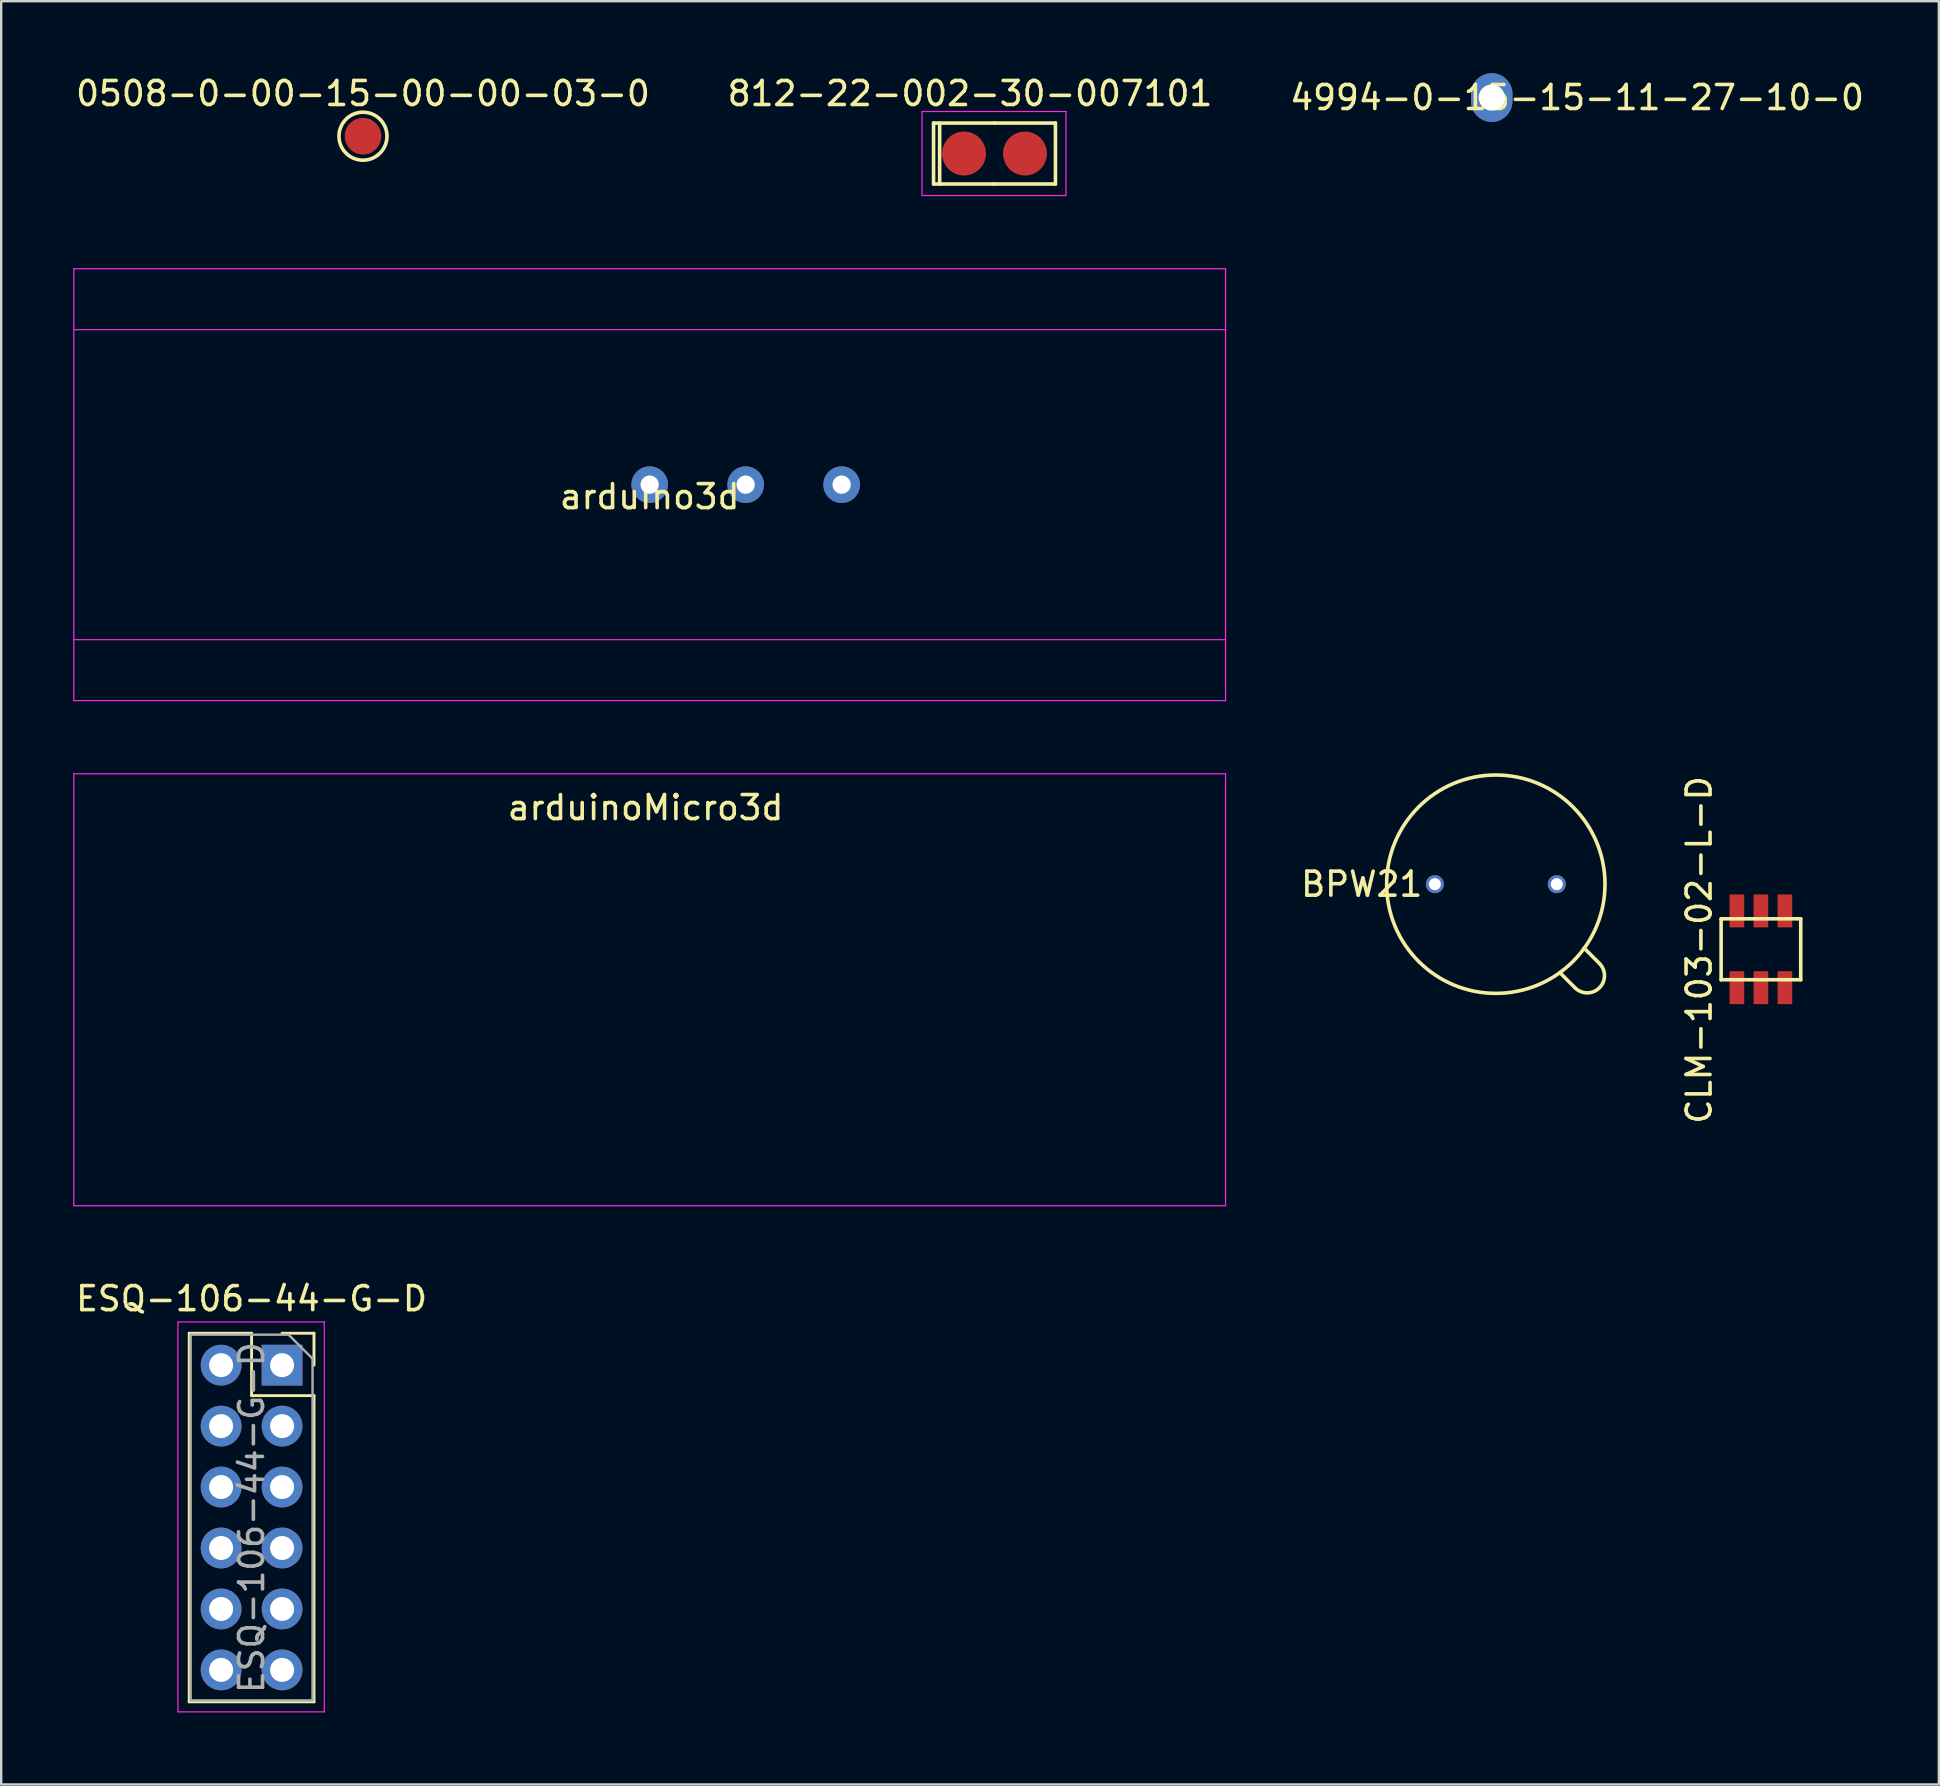
<source format=kicad_pcb>
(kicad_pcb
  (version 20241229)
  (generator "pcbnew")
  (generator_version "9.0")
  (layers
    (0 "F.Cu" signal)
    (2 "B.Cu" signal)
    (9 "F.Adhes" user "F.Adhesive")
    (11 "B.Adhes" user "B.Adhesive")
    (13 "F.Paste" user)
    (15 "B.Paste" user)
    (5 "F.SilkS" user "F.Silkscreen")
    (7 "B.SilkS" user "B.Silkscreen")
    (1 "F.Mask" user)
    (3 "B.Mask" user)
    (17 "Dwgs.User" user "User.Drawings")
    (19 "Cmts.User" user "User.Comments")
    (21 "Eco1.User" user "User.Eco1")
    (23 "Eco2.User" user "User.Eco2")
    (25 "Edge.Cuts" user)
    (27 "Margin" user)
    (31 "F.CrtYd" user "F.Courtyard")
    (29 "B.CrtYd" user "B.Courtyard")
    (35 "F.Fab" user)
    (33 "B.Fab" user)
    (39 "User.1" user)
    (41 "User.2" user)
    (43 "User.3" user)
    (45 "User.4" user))
  (footprint "4994-0-15-15-11-27-10-0"
    (layer "F.Cu")
    (at 59.117 1.016)
    (property "Reference" "4994-0-15-15-11-27-10-0" (at 3.556 0 0) (layer "F.SilkS") (effects (font (size 1 1) (thickness 0.15))))
    (attr through_hole)
    (pad "1" thru_hole oval (at 0 0) (size 1.727 2.032) (drill 1.09) (layers "*.Cu" "*.Mask")))
  (footprint "812-22-002-30-007101"
    (layer "F.Cu")
    (at 37.125 3.348)
    (property "Reference" "812-22-002-30-007101" (at 0.25 -2.5 0) (layer "F.SilkS") (effects (font (size 1 1) (thickness 0.15))))
    (attr through_hole)
    (fp_line (start -1.27 -1.27) (end -1.27 1.27) (stroke (width 0.15) (type solid)) (layer "F.SilkS"))
    (fp_line (start -1.27 1.27) (end 1.27 1.27) (stroke (width 0.15) (type solid)) (layer "F.SilkS"))
    (fp_line (start -1.016 -1.27) (end -1.016 1.27) (stroke (width 0.15) (type solid)) (layer "F.SilkS"))
    (fp_line (start 1.27 -1.27) (end -1.27 -1.27) (stroke (width 0.15) (type solid)) (layer "F.SilkS"))
    (fp_line (start 1.27 -1.27) (end 3.81 -1.27) (stroke (width 0.15) (type solid)) (layer "F.SilkS"))
    (fp_line (start 3.81 -1.27) (end 3.81 1.27) (stroke (width 0.15) (type solid)) (layer "F.SilkS"))
    (fp_line (start 3.81 1.27) (end 1.27 1.27) (stroke (width 0.15) (type solid)) (layer "F.SilkS"))
    (fp_line (start -1.75 -1.75) (end 4.25 -1.75) (stroke (width 0.05) (type solid)) (layer "F.CrtYd"))
    (fp_line (start -1.75 1.75) (end -1.75 -1.75) (stroke (width 0.05) (type solid)) (layer "F.CrtYd"))
    (fp_line (start 4.25 1.75) (end -1.75 1.75) (stroke (width 0.05) (type solid)) (layer "F.CrtYd"))
    (fp_line (start 4.25 1.75) (end 4.25 -1.75) (stroke (width 0.05) (type solid)) (layer "F.CrtYd"))
    (pad "1" smd circle (at 0 0) (size 1.83 1.83) (layers "F.Cu" "F.Mask" "F.Paste"))
    (pad "2" smd circle (at 2.54 0) (size 1.83 1.83) (layers "F.Cu" "F.Mask" "F.Paste")))
  (footprint "ESQ-106-44-G-D"
    (layer "F.Cu")
    (at 8.705 53.842)
    (property "Reference" "ESQ-106-44-G-D" (at -1.27 -2.77 0) (layer "F.SilkS") (effects (font (size 1 1) (thickness 0.15))))
    (attr through_hole)
    (fp_line (start -3.87 -1.33) (end -3.87 14.03) (stroke (width 0.12) (type solid)) (layer "F.SilkS"))
    (fp_line (start -3.87 -1.33) (end -1.27 -1.33) (stroke (width 0.12) (type solid)) (layer "F.SilkS"))
    (fp_line (start -3.87 14.03) (end 1.33 14.03) (stroke (width 0.12) (type solid)) (layer "F.SilkS"))
    (fp_line (start -1.27 -1.33) (end -1.27 1.27) (stroke (width 0.12) (type solid)) (layer "F.SilkS"))
    (fp_line (start -1.27 1.27) (end 1.33 1.27) (stroke (width 0.12) (type solid)) (layer "F.SilkS"))
    (fp_line (start 0 -1.33) (end 1.33 -1.33) (stroke (width 0.12) (type solid)) (layer "F.SilkS"))
    (fp_line (start 1.33 -1.33) (end 1.33 0) (stroke (width 0.12) (type solid)) (layer "F.SilkS"))
    (fp_line (start 1.33 1.27) (end 1.33 14.03) (stroke (width 0.12) (type solid)) (layer "F.SilkS"))
    (fp_line (start -4.34 -1.8) (end 1.76 -1.8) (stroke (width 0.05) (type solid)) (layer "F.CrtYd"))
    (fp_line (start -4.34 14.45) (end -4.34 -1.8) (stroke (width 0.05) (type solid)) (layer "F.CrtYd"))
    (fp_line (start 1.76 -1.8) (end 1.76 14.45) (stroke (width 0.05) (type solid)) (layer "F.CrtYd"))
    (fp_line (start 1.76 14.45) (end -4.34 14.45) (stroke (width 0.05) (type solid)) (layer "F.CrtYd"))
    (fp_line (start -3.81 -1.27) (end 0.27 -1.27) (stroke (width 0.1) (type solid)) (layer "F.Fab"))
    (fp_line (start -3.81 13.97) (end -3.81 -1.27) (stroke (width 0.1) (type solid)) (layer "F.Fab"))
    (fp_line (start 0.27 -1.27) (end 1.27 -0.27) (stroke (width 0.1) (type solid)) (layer "F.Fab"))
    (fp_line (start 1.27 -0.27) (end 1.27 13.97) (stroke (width 0.1) (type solid)) (layer "F.Fab"))
    (fp_line (start 1.27 13.97) (end -3.81 13.97) (stroke (width 0.1) (type solid)) (layer "F.Fab"))
    (fp_text user "${REFERENCE}" (at -1.27 6.35 90) (layer "F.Fab") (effects (font (size 1 1) (thickness 0.15))))
    (pad "1" thru_hole rect (at 0 0) (size 1.7 1.7) (drill 1) (layers "*.Cu" "*.Mask"))
    (pad "2" thru_hole oval (at -2.54 0) (size 1.7 1.7) (drill 1) (layers "*.Cu" "*.Mask"))
    (pad "3" thru_hole oval (at 0 2.54) (size 1.7 1.7) (drill 1) (layers "*.Cu" "*.Mask"))
    (pad "4" thru_hole oval (at -2.54 2.54) (size 1.7 1.7) (drill 1) (layers "*.Cu" "*.Mask"))
    (pad "5" thru_hole oval (at 0 5.08) (size 1.7 1.7) (drill 1) (layers "*.Cu" "*.Mask"))
    (pad "6" thru_hole oval (at -2.54 5.08) (size 1.7 1.7) (drill 1) (layers "*.Cu" "*.Mask"))
    (pad "7" thru_hole oval (at 0 7.62) (size 1.7 1.7) (drill 1) (layers "*.Cu" "*.Mask"))
    (pad "8" thru_hole oval (at -2.54 7.62) (size 1.7 1.7) (drill 1) (layers "*.Cu" "*.Mask"))
    (pad "9" thru_hole oval (at 0 10.16) (size 1.7 1.7) (drill 1) (layers "*.Cu" "*.Mask"))
    (pad "10" thru_hole oval (at -2.54 10.16) (size 1.7 1.7) (drill 1) (layers "*.Cu" "*.Mask"))
    (pad "11" thru_hole oval (at 0 12.7) (size 1.7 1.7) (drill 1) (layers "*.Cu" "*.Mask"))
    (pad "12" thru_hole oval (at -2.54 12.7) (size 1.7 1.7) (drill 1) (layers "*.Cu" "*.Mask")))
  (footprint "arduino3d"
    (layer "F.Cu")
    (at 24.025 17.148)
    (property "Reference" "arduino3d" (at 0 0.5 0) (layer "F.SilkS") (effects (font (size 1 1) (thickness 0.15))))
    (attr through_hole)
    (fp_line (start -24 -9) (end 24 -9) (stroke (width 0.05) (type solid)) (layer "F.CrtYd"))
    (fp_line (start -24 -6.46) (end 24 -6.46) (stroke (width 0.05) (type solid)) (layer "F.CrtYd"))
    (fp_line (start -24 6.46) (end 24 6.46) (stroke (width 0.05) (type solid)) (layer "F.CrtYd"))
    (fp_line (start -24 9) (end -24 -9) (stroke (width 0.05) (type solid)) (layer "F.CrtYd"))
    (fp_line (start 24 -9) (end 24 9) (stroke (width 0.05) (type solid)) (layer "F.CrtYd"))
    (fp_line (start 24 9) (end -24 9) (stroke (width 0.05) (type solid)) (layer "F.CrtYd"))
    (pad "1" thru_hole circle (at 0 0) (size 1.524 1.524) (drill 0.762) (layers "*.Cu" "*.Mask"))
    (pad "2" thru_hole circle (at 4 0) (size 1.524 1.524) (drill 0.762) (layers "*.Cu" "*.Mask"))
    (pad "3" thru_hole circle (at 8 0) (size 1.524 1.524) (drill 0.762) (layers "*.Cu" "*.Mask")))
  (footprint "0508-0-00-15-00-00-03-0"
    (layer "F.Cu")
    (at 12.077 2.626)
    (property "Reference" "0508-0-00-15-00-00-03-0" (at 0 -1.778 0) (layer "F.SilkS") (effects (font (size 1 1) (thickness 0.15))))
    (attr through_hole)
    (fp_circle (center 0 0) (end 1 0) (stroke (width 0.15) (type solid)) (fill no) (layer "F.SilkS"))
    (pad "1" smd circle (at 0 0) (size 1.524 1.524) (layers "F.Cu" "F.Mask" "F.Paste")))
  (footprint "CLM-103-02-L-D"
    (layer "F.Cu")
    (at 69.335 34.911)
    (property "Reference" "CLM-103-02-L-D" (at -1.575 1.626 90) (layer "F.SilkS") (effects (font (size 1 1) (thickness 0.15))))
    (attr through_hole)
    (fp_line (start -0.659 2.87) (end -0.659 0.33) (stroke (width 0.15) (type solid)) (layer "F.SilkS"))
    (fp_line (start 2.659 0.33) (end -0.659 0.33) (stroke (width 0.15) (type solid)) (layer "F.SilkS"))
    (fp_line (start 2.659 2.87) (end -0.659 2.87) (stroke (width 0.15) (type solid)) (layer "F.SilkS"))
    (fp_line (start 2.659 2.87) (end 2.659 0.33) (stroke (width 0.15) (type solid)) (layer "F.SilkS"))
    (pad "1" smd rect (at 0 0) (size 0.61 1.372) (layers "F.Cu" "F.Mask" "F.Paste"))
    (pad "2" smd rect (at 0 3.2) (size 0.61 1.372) (layers "F.Cu" "F.Mask" "F.Paste"))
    (pad "3" smd rect (at 1 0) (size 0.61 1.372) (layers "F.Cu" "F.Mask" "F.Paste"))
    (pad "4" smd rect (at 1 3.2) (size 0.61 1.372) (layers "F.Cu" "F.Mask" "F.Paste"))
    (pad "5" smd rect (at 2 0) (size 0.61 1.372) (layers "F.Cu" "F.Mask" "F.Paste"))
    (pad "6" smd rect (at 2 3.2) (size 0.61 1.372) (layers "F.Cu" "F.Mask" "F.Paste")))
  (footprint "arduinoMicro3d"
    (layer "F.Cu")
    (at 24.025 38.198)
    (property "Reference" "arduinoMicro3d" (at -0.17 -7.59 0) (layer "F.SilkS") (effects (font (size 1 1) (thickness 0.15))))
    (attr through_hole)
    (fp_line (start -24 -9) (end -24 9) (stroke (width 0.05) (type solid)) (layer "F.CrtYd"))
    (fp_line (start -24 -9) (end 24 -9) (stroke (width 0.05) (type solid)) (layer "F.CrtYd"))
    (fp_line (start -24 9) (end 24 9) (stroke (width 0.05) (type solid)) (layer "F.CrtYd"))
    (fp_line (start 24 9) (end 24 -9) (stroke (width 0.05) (type solid)) (layer "F.CrtYd")))
  (footprint "BPW21"
    (layer "F.Cu")
    (at 59.287 33.798)
    (property "Reference" "BPW21" (at -5.588 0 0) (layer "F.SilkS") (effects (font (size 1 1) (thickness 0.15))))
    (attr through_hole)
    (fp_line (start 3.302 4.318) (end 2.667 3.683) (stroke (width 0.15) (type solid)) (layer "F.SilkS"))
    (fp_line (start 3.683 2.667) (end 4.318 3.302) (stroke (width 0.15) (type solid)) (layer "F.SilkS"))
    (fp_arc (start 4.318 3.302) (mid 4.318 4.318) (end 3.302 4.318) (stroke (width 0.15) (type solid)) (layer "F.SilkS"))
    (fp_circle (center 0 0) (end 0 4.55) (stroke (width 0.15) (type solid)) (fill no) (layer "F.SilkS"))
    (pad "1" thru_hole circle (at -2.54 0) (size 0.75 0.75) (drill 0.5) (layers "*.Cu" "*.Mask"))
    (pad "2" thru_hole circle (at 2.54 0) (size 0.75 0.75) (drill 0.5) (layers "*.Cu" "*.Mask")))
  (gr_rect
    (start -3 -3)
    (end 77.75 71.317)
    (stroke (width 0.1) (type default))
    (fill no)
    (layer "Edge.Cuts")))
</source>
